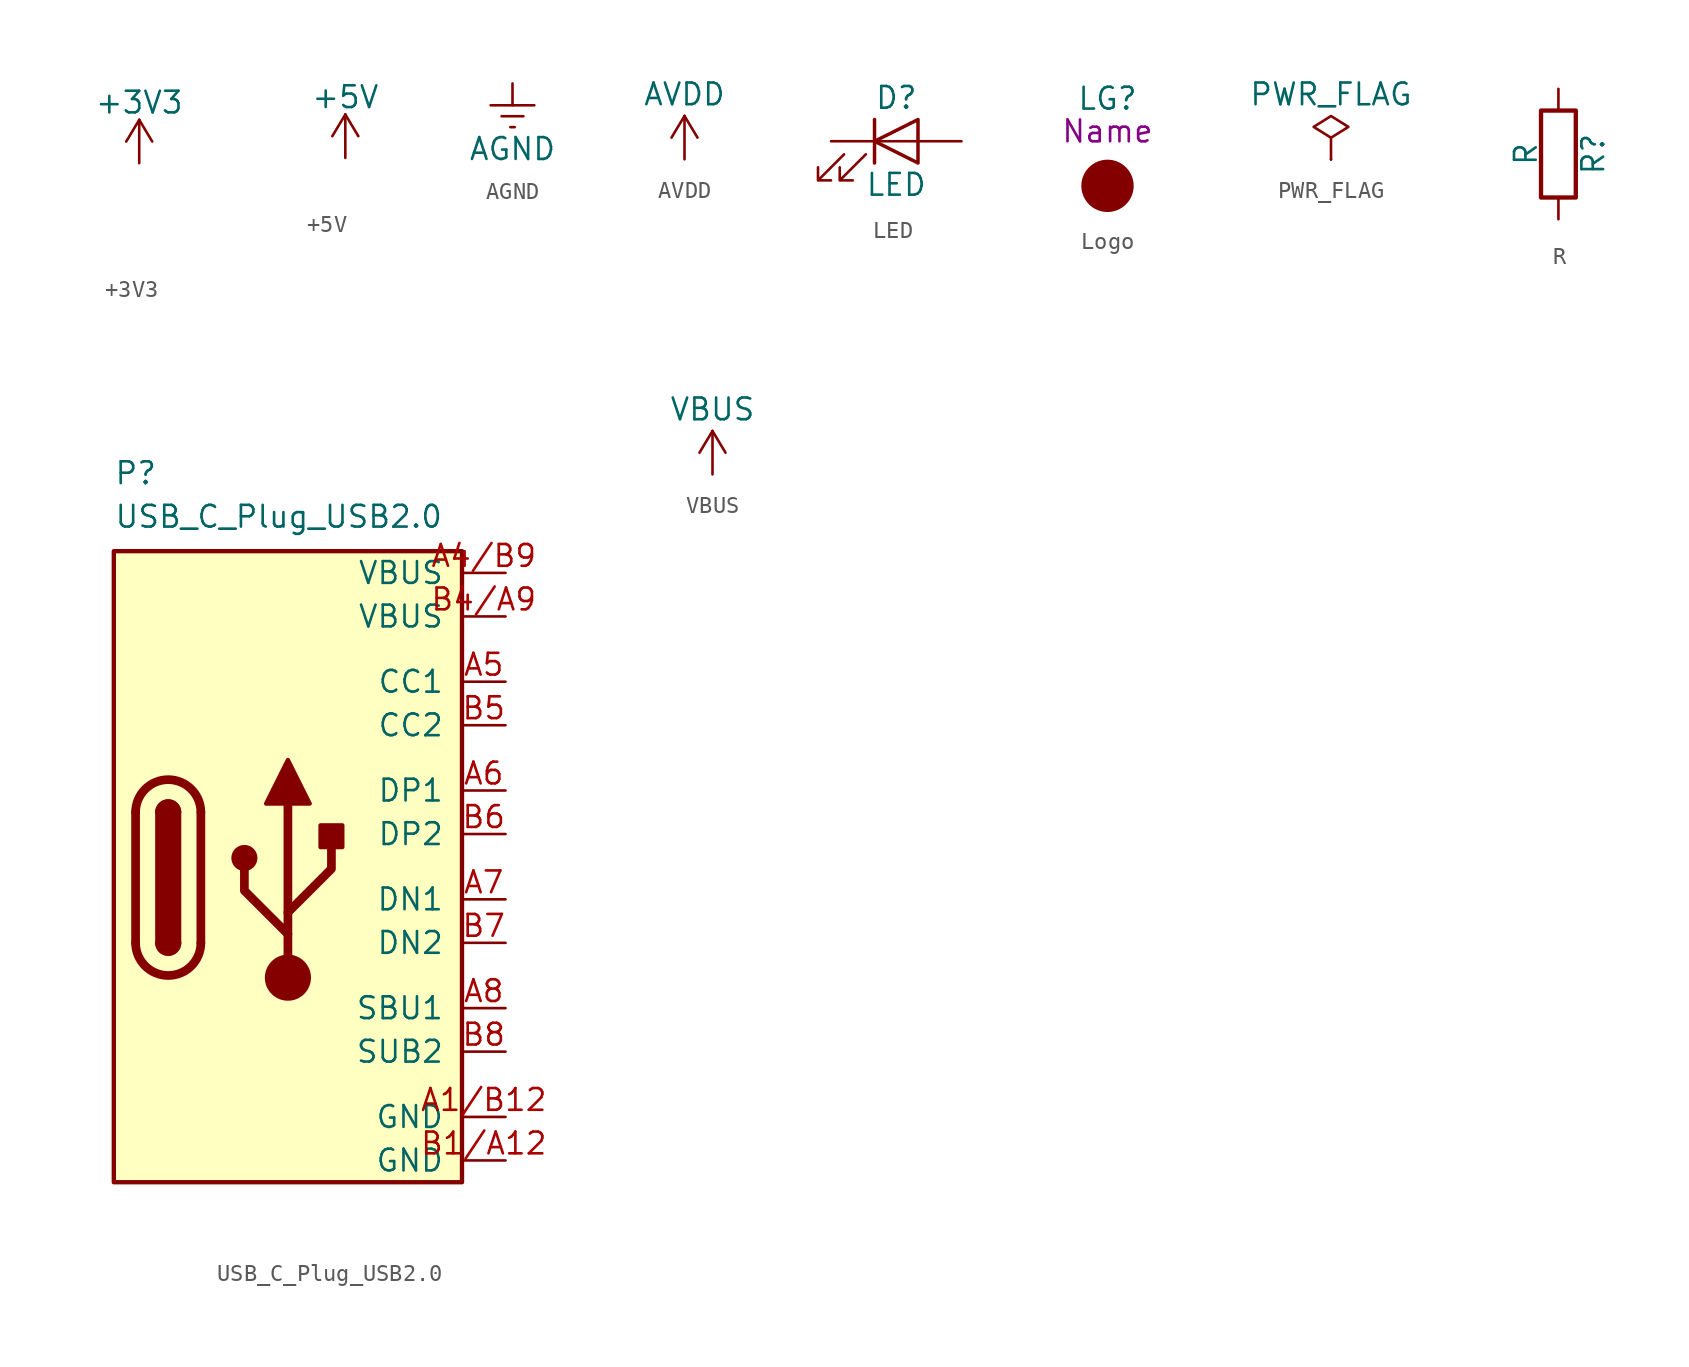
<source format=kicad_sym>
(kicad_symbol_lib
  (version 20211014)
  (generator kicad_symbol_editor)
  (symbol "+3V3"
    (power)
    (pin_names
      (offset 0))
    (property "Reference" "#PWR"
      (at 0 -1.905 0)
      (effects (font (size 1.27 1.27)) hide))
    (property "Value" "+3V3"
      (at 0 3.556 0)
      (effects (font (size 1.27 1.27))))
    (symbol "+3V3_0_1"
      (polyline (pts (xy -0.762 1.27) (xy 0 2.54)) (stroke (width 0) (type default) (color 0 0 0 0)) (fill (type none)))
      (polyline (pts (xy 0 0) (xy 0 2.54)) (stroke (width 0) (type default) (color 0 0 0 0)) (fill (type none)))
      (polyline (pts (xy 0 2.54) (xy 0.762 1.27)) (stroke (width 0) (type default) (color 0 0 0 0)) (fill (type none))))
    (symbol "+3V3_1_1"
      (pin power_in line (at -3.175 -5.08 180) (length 0) hide (name "+3V3" (effects (font (size 1.27 1.27)))) (number "1" (effects (font (size 1.27 1.27)))))))
  (symbol "+5V"
    (power)
    (pin_names
      (offset 0))
    (property "Reference" "#PWR"
      (at 0 -4.445 0)
      (effects (font (size 1.27 1.27)) hide))
    (property "Value" "+5V"
      (at 0 3.556 0)
      (effects (font (size 1.27 1.27))))
    (symbol "+5V_0_1"
      (polyline (pts (xy -0.762 1.27) (xy 0 2.54)) (stroke (width 0) (type default) (color 0 0 0 0)) (fill (type none)))
      (polyline (pts (xy 0 0) (xy 0 2.54)) (stroke (width 0) (type default) (color 0 0 0 0)) (fill (type none)))
      (polyline (pts (xy 0 2.54) (xy 0.762 1.27)) (stroke (width 0) (type default) (color 0 0 0 0)) (fill (type none))))
    (symbol "+5V_1_1"
      (pin power_in line (at -3.81 -1.905 180) (length 0) hide (name "+5V" (effects (font (size 1.27 1.27)))) (number "1" (effects (font (size 1.27 1.27)))))))
  (symbol "AGND"
    (power)
    (pin_names
      (offset 0))
    (property "Reference" "#PWR"
      (at 0 -6.35 0)
      (effects (font (size 1.27 1.27)) hide))
    (property "Value" "AGND"
      (at 0 -3.81 0)
      (effects (font (size 1.27 1.27))))
    (symbol "AGND_0_1"
      (polyline (pts (xy -0.635 -1.905) (xy 0.635 -1.905)) (stroke (width 0) (type default) (color 0 0 0 0)) (fill (type none)))
      (polyline (pts (xy -0.127 -2.54) (xy 0.127 -2.54)) (stroke (width 0) (type default) (color 0 0 0 0)) (fill (type none)))
      (polyline (pts (xy 0 -1.27) (xy 0 0)) (stroke (width 0) (type default) (color 0 0 0 0)) (fill (type none)))
      (polyline (pts (xy 1.27 -1.27) (xy -1.27 -1.27)) (stroke (width 0) (type default) (color 0 0 0 0)) (fill (type none))))
    (symbol "AGND_1_1"
      (pin power_in line (at 0 0 270) (length 0) hide (name "AGND" (effects (font (size 1.27 1.27)))) (number "1" (effects (font (size 1.27 1.27)))))))
  (symbol "AVDD"
    (power)
    (pin_names
      (offset 0))
    (property "Reference" "#PWR"
      (at 0 -3.81 0)
      (effects (font (size 1.27 1.27)) hide))
    (property "Value" "AVDD"
      (at 0 3.81 0)
      (effects (font (size 1.27 1.27))))
    (symbol "AVDD_0_1"
      (polyline (pts (xy -0.762 1.27) (xy 0 2.54)) (stroke (width 0) (type default) (color 0 0 0 0)) (fill (type none)))
      (polyline (pts (xy 0 0) (xy 0 2.54)) (stroke (width 0) (type default) (color 0 0 0 0)) (fill (type none)))
      (polyline (pts (xy 0 2.54) (xy 0.762 1.27)) (stroke (width 0) (type default) (color 0 0 0 0)) (fill (type none))))
    (symbol "AVDD_1_1"
      (pin power_in line (at 0 0 90) (length 0) hide (name "AVDD" (effects (font (size 1.27 1.27)))) (number "1" (effects (font (size 1.27 1.27)))))))
  (symbol "LED"
    (pin_numbers hide)
    (pin_names
      (offset 1.016) hide)
    (property "Reference" "D"
      (at 0 2.54 0)
      (effects (font (size 1.27 1.27))))
    (property "Value" "LED"
      (at 0 -2.54 0)
      (effects (font (size 1.27 1.27))))
    (symbol "LED_0_1"
      (polyline (pts (xy -1.27 -1.27) (xy -1.27 1.27)) (stroke (width 0.203) (type default) (color 0 0 0 0)) (fill (type none)))
      (polyline (pts (xy -1.27 0) (xy 1.27 0)) (stroke (width 0) (type default) (color 0 0 0 0)) (fill (type none)))
      (polyline (pts (xy 1.27 -1.27) (xy 1.27 1.27) (xy -1.27 0) (xy 1.27 -1.27)) (stroke (width 0.203) (type default) (color 0 0 0 0)) (fill (type none)))
      (polyline (pts (xy -3.048 -0.762) (xy -4.572 -2.286) (xy -3.81 -2.286) (xy -4.572 -2.286) (xy -4.572 -1.524)) (stroke (width 0) (type default) (color 0 0 0 0)) (fill (type none)))
      (polyline (pts (xy -1.778 -0.762) (xy -3.302 -2.286) (xy -2.54 -2.286) (xy -3.302 -2.286) (xy -3.302 -1.524)) (stroke (width 0) (type default) (color 0 0 0 0)) (fill (type none))))
    (symbol "LED_1_1"
      (pin passive line (at -3.81 0 0) (length 2.54) (name "K(N)" (effects (font (size 1.27 1.27)))) (number "1" (effects (font (size 1.27 1.27)))))
      (pin passive line (at 3.81 0 180) (length 2.54) (name "A(P)" (effects (font (size 1.27 1.27)))) (number "2" (effects (font (size 1.27 1.27)))))))
  (symbol "Logo"
    (pin_numbers hide)
    (pin_names hide)
    (property "Reference" "LG"
      (at 0 5.08 0)
      (effects (font (size 1.27 1.27))))
    (property "Name" "Name"
      (at 0 3.175 0)
      (effects (font (size 1.27 1.27))))
    (symbol "Logo_0_1"
      (circle (center 0 0) (radius 1.27) (stroke (width 0.508) (type default) (color 0 0 0 0)) (fill (type outline)))))
  (symbol "PWR_FLAG"
    (power)
    (pin_numbers hide)
    (pin_names
      (offset 0) hide)
    (property "Reference" "#FLG"
      (at 0 -10.795 0)
      (effects (font (size 1.27 1.27)) hide))
    (property "Value" "PWR_FLAG"
      (at 0 3.81 0)
      (effects (font (size 1.27 1.27))))
    (symbol "PWR_FLAG_0_0"
      (pin power_out line (at 0 0 90) (length 0) (name "pwr" (effects (font (size 1.27 1.27)))) (number "1" (effects (font (size 1.27 1.27))))))
    (symbol "PWR_FLAG_0_1"
      (polyline (pts (xy 0 0) (xy 0 1.27) (xy -1.016 1.905) (xy 0 2.54) (xy 1.016 1.905) (xy 0 1.27)) (stroke (width 0) (type default) (color 0 0 0 0)) (fill (type none)))))
  (symbol "R"
    (pin_numbers hide)
    (pin_names
      (offset 0))
    (property "Reference" "R"
      (at 2.032 0 90)
      (effects (font (size 1.27 1.27))))
    (property "Value" "R"
      (at -1.905 0 90)
      (effects (font (size 1.27 1.27))))
    (symbol "R_0_1"
      (rectangle (start -1.016 -2.54) (end 1.016 2.54) (stroke (width 0.254) (type default) (color 0 0 0 0)) (fill (type none))))
    (symbol "R_1_1"
      (pin passive line (at 0 3.81 270) (length 1.27) (name "~" (effects (font (size 1.27 1.27)))) (number "1" (effects (font (size 1.27 1.27)))))
      (pin passive line (at 0 -3.81 90) (length 1.27) (name "~" (effects (font (size 1.27 1.27)))) (number "2" (effects (font (size 1.27 1.27)))))))
  (symbol "USB_C_Plug_USB2.0"
    (pin_names
      (offset 1.016))
    (property "Reference" "P"
      (at -10.16 22.86 0)
      (effects (font (size 1.27 1.27)) (justify left bottom)))
    (property "Value" "USB_C_Plug_USB2.0"
      (at -10.16 20.32 0)
      (effects (font (size 1.27 1.27)) (justify left bottom)))
    (symbol "USB_C_Plug_USB2.0_0_1"
      (rectangle (start -10.16 19.05) (end 10.16 -17.78) (stroke (width 0.254) (type default) (color 0 0 0 0)) (fill (type background)))
      (arc (start -8.89 -3.81) (mid -6.985 -5.715) (end -5.08 -3.81) (stroke (width 0.508) (type default) (color 0 0 0 0)) (fill (type none)))
      (arc (start -7.62 -3.81) (mid -6.985 -4.445) (end -6.35 -3.81) (stroke (width 0.254) (type default) (color 0 0 0 0)) (fill (type none)))
      (arc (start -7.62 -3.81) (mid -6.985 -4.445) (end -6.35 -3.81) (stroke (width 0.254) (type default) (color 0 0 0 0)) (fill (type outline)))
      (rectangle (start -7.62 -3.81) (end -6.35 3.81) (stroke (width 0.254) (type default) (color 0 0 0 0)) (fill (type outline)))
      (arc (start -6.35 3.81) (mid -6.985 4.445) (end -7.62 3.81) (stroke (width 0.254) (type default) (color 0 0 0 0)) (fill (type none)))
      (arc (start -6.35 3.81) (mid -6.985 4.445) (end -7.62 3.81) (stroke (width 0.254) (type default) (color 0 0 0 0)) (fill (type outline)))
      (arc (start -5.08 3.81) (mid -6.985 5.715) (end -8.89 3.81) (stroke (width 0.508) (type default) (color 0 0 0 0)) (fill (type none)))
      (circle (center -2.54 1.143) (radius 0.635) (stroke (width 0.254) (type default) (color 0 0 0 0)) (fill (type outline)))
      (circle (center 0 -5.842) (radius 1.27) (stroke (width 0) (type default) (color 0 0 0 0)) (fill (type outline)))
      (polyline (pts (xy -8.89 -3.81) (xy -8.89 3.81)) (stroke (width 0.508) (type default) (color 0 0 0 0)) (fill (type none)))
      (polyline (pts (xy -5.08 3.81) (xy -5.08 -3.81)) (stroke (width 0.508) (type default) (color 0 0 0 0)) (fill (type none)))
      (polyline (pts (xy 0 -5.842) (xy 0 4.318)) (stroke (width 0.508) (type default) (color 0 0 0 0)) (fill (type none)))
      (polyline (pts (xy 0 -3.302) (xy -2.54 -0.762) (xy -2.54 0.508)) (stroke (width 0.508) (type default) (color 0 0 0 0)) (fill (type none)))
      (polyline (pts (xy 0 -2.032) (xy 2.54 0.508) (xy 2.54 1.778)) (stroke (width 0.508) (type default) (color 0 0 0 0)) (fill (type none)))
      (polyline (pts (xy -1.27 4.318) (xy 0 6.858) (xy 1.27 4.318) (xy -1.27 4.318)) (stroke (width 0.254) (type default) (color 0 0 0 0)) (fill (type outline)))
      (rectangle (start 1.905 1.778) (end 3.175 3.048) (stroke (width 0.254) (type default) (color 0 0 0 0)) (fill (type outline))))
    (symbol "USB_C_Plug_USB2.0_1_1"
      (pin passive line (at 12.7 -13.97 180) (length 2.54) (name "GND" (effects (font (size 1.27 1.27)))) (number "A1/B12" (effects (font (size 1.27 1.27)))))
      (pin power_in line (at 12.7 17.78 180) (length 2.54) (name "VBUS" (effects (font (size 1.27 1.27)))) (number "A4/B9" (effects (font (size 1.27 1.27)))))
      (pin bidirectional line (at 12.7 11.43 180) (length 2.54) (name "CC1" (effects (font (size 1.27 1.27)))) (number "A5" (effects (font (size 1.27 1.27)))))
      (pin bidirectional line (at 12.7 5.08 180) (length 2.54) (name "DP1" (effects (font (size 1.27 1.27)))) (number "A6" (effects (font (size 1.27 1.27)))))
      (pin bidirectional line (at 12.7 -1.27 180) (length 2.54) (name "DN1" (effects (font (size 1.27 1.27)))) (number "A7" (effects (font (size 1.27 1.27)))))
      (pin bidirectional line (at 12.7 -7.62 180) (length 2.54) (name "SBU1" (effects (font (size 1.27 1.27)))) (number "A8" (effects (font (size 1.27 1.27)))))
      (pin passive line (at 12.7 -16.51 180) (length 2.54) (name "GND" (effects (font (size 1.27 1.27)))) (number "B1/A12" (effects (font (size 1.27 1.27)))))
      (pin power_in line (at 12.7 15.24 180) (length 2.54) (name "VBUS" (effects (font (size 1.27 1.27)))) (number "B4/A9" (effects (font (size 1.27 1.27)))))
      (pin bidirectional line (at 12.7 8.89 180) (length 2.54) (name "CC2" (effects (font (size 1.27 1.27)))) (number "B5" (effects (font (size 1.27 1.27)))))
      (pin bidirectional line (at 12.7 2.54 180) (length 2.54) (name "DP2" (effects (font (size 1.27 1.27)))) (number "B6" (effects (font (size 1.27 1.27)))))
      (pin bidirectional line (at 12.7 -3.81 180) (length 2.54) (name "DN2" (effects (font (size 1.27 1.27)))) (number "B7" (effects (font (size 1.27 1.27)))))
      (pin bidirectional line (at 12.7 -10.16 180) (length 2.54) (name "SUB2" (effects (font (size 1.27 1.27)))) (number "B8" (effects (font (size 1.27 1.27)))))))
  (symbol "VBUS"
    (power)
    (pin_names
      (offset 0))
    (property "Reference" "#PWR"
      (at 0 -10.16 0)
      (effects (font (size 1.27 1.27)) hide))
    (property "Value" "VBUS"
      (at 0 3.81 0)
      (effects (font (size 1.27 1.27))))
    (symbol "VBUS_0_1"
      (polyline (pts (xy -0.762 1.27) (xy 0 2.54)) (stroke (width 0) (type default) (color 0 0 0 0)) (fill (type none)))
      (polyline (pts (xy 0 0) (xy 0 2.54)) (stroke (width 0) (type default) (color 0 0 0 0)) (fill (type none)))
      (polyline (pts (xy 0 2.54) (xy 0.762 1.27)) (stroke (width 0) (type default) (color 0 0 0 0)) (fill (type none))))
    (symbol "VBUS_1_1"
      (pin power_in line (at 0 0 90) (length 0) hide (name "VBUS" (effects (font (size 1.27 1.27)))) (number "1" (effects (font (size 1.27 1.27))))))))
</source>
